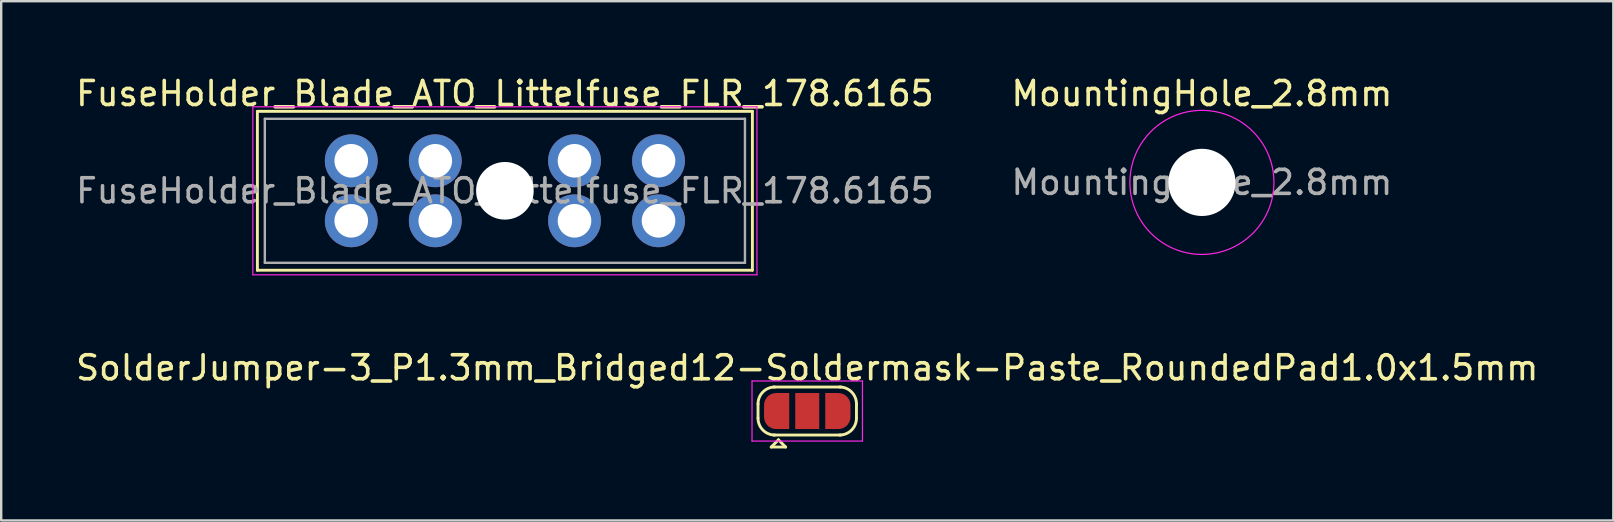
<source format=kicad_pcb>
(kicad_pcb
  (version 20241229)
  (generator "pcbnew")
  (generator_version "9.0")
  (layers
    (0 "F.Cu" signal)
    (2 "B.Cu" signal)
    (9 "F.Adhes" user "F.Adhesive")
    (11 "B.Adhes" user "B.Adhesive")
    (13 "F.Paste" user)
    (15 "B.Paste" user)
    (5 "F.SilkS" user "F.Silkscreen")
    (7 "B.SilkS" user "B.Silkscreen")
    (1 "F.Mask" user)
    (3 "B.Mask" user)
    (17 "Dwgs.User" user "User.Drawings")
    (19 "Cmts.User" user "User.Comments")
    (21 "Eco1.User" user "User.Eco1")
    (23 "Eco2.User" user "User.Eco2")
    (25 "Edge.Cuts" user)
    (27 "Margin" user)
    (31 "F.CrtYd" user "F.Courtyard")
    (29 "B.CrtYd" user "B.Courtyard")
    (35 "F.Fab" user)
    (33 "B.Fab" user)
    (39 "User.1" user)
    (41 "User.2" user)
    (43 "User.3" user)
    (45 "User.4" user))
  (footprint "FuseHolder_Blade_ATO_Littelfuse_FLR_178.6165"
    (layer "F.Cu")
    (at 11.582 3.648)
    (property "Reference" "FuseHolder_Blade_ATO_Littelfuse_FLR_178.6165" (at 6.4 -2.8 0) (layer "F.SilkS") (effects (font (size 1 1) (thickness 0.15))))
    (attr through_hole)
    (fp_line (start -3.91 -2.06) (end 16.71 -2.06) (stroke (width 0.12) (type solid)) (layer "F.SilkS"))
    (fp_line (start -3.91 4.56) (end -3.91 -2.06) (stroke (width 0.12) (type solid)) (layer "F.SilkS"))
    (fp_line (start 16.71 -2.06) (end 16.71 4.56) (stroke (width 0.12) (type solid)) (layer "F.SilkS"))
    (fp_line (start 16.71 4.56) (end -3.91 4.56) (stroke (width 0.12) (type solid)) (layer "F.SilkS"))
    (fp_line (start -4.1 -2.25) (end 16.9 -2.25) (stroke (width 0.05) (type default)) (layer "F.CrtYd"))
    (fp_line (start -4.1 4.75) (end -4.1 -2.25) (stroke (width 0.05) (type default)) (layer "F.CrtYd"))
    (fp_line (start 16.9 -2.25) (end 16.9 4.75) (stroke (width 0.05) (type default)) (layer "F.CrtYd"))
    (fp_line (start 16.9 4.75) (end -4.1 4.75) (stroke (width 0.05) (type default)) (layer "F.CrtYd"))
    (fp_line (start -3.6 -1.75) (end 16.4 -1.75) (stroke (width 0.1) (type solid)) (layer "F.Fab"))
    (fp_line (start -3.6 4.25) (end -3.6 -1.75) (stroke (width 0.1) (type solid)) (layer "F.Fab"))
    (fp_line (start 16.4 -1.75) (end 16.4 4.25) (stroke (width 0.1) (type solid)) (layer "F.Fab"))
    (fp_line (start 16.4 4.25) (end -3.6 4.25) (stroke (width 0.1) (type solid)) (layer "F.Fab"))
    (fp_text user "${REFERENCE}" (at 6.4 1.25 0) (layer "F.Fab") (effects (font (size 1 1) (thickness 0.15))))
    (pad "" np_thru_hole circle (at 6.4 1.25) (size 2.4 2.4) (drill 2.4) (layers "*.Cu" "*.Mask"))
    (pad "1" thru_hole circle (at 0 0) (size 2.2 2.2) (drill 1.4) (layers "*.Cu" "*.Mask"))
    (pad "1" thru_hole circle (at 0 2.5) (size 2.2 2.2) (drill 1.4) (layers "*.Cu" "*.Mask"))
    (pad "1" thru_hole circle (at 3.5 0) (size 2.2 2.2) (drill 1.4) (layers "*.Cu" "*.Mask"))
    (pad "1" thru_hole circle (at 3.5 2.5) (size 2.2 2.2) (drill 1.4) (layers "*.Cu" "*.Mask"))
    (pad "2" thru_hole circle (at 9.3 0) (size 2.2 2.2) (drill 1.4) (layers "*.Cu" "*.Mask"))
    (pad "2" thru_hole circle (at 9.3 2.5) (size 2.2 2.2) (drill 1.4) (layers "*.Cu" "*.Mask"))
    (pad "2" thru_hole circle (at 12.8 0) (size 2.2 2.2) (drill 1.4) (layers "*.Cu" "*.Mask"))
    (pad "2" thru_hole circle (at 12.8 2.5) (size 2.2 2.2) (drill 1.4) (layers "*.Cu" "*.Mask")))
  (footprint "MountingHole_2.8mm"
    (layer "F.Cu")
    (at 47.018 4.548)
    (property "Reference" "MountingHole_2.8mm" (at 0 -3.7 0) (layer "F.SilkS") (effects (font (size 1 1) (thickness 0.15))))
    (attr board_only exclude_from_pos_files exclude_from_bom)
    (fp_circle (center 0 0) (end 3 0) (stroke (width 0.05) (type solid)) (fill no) (layer "F.CrtYd"))
    (fp_text user "${REFERENCE}" (at 0 0 0) (layer "F.Fab") (effects (font (size 1 1) (thickness 0.15))))
    (pad "" np_thru_hole circle (at 0 0) (size 2.8 2.8) (drill 2.8) (layers "*.Cu" "*.Mask")))
  (footprint "SolderJumper-3_P1.3mm_Bridged12-Soldermask-Paste_RoundedPad1.0x1.5mm"
    (layer "F.Cu")
    (at 30.577 14.072)
    (property "Reference" "SolderJumper-3_P1.3mm_Bridged12-Soldermask-Paste_RoundedPad1.0x1.5mm" (at 0 -1.8 0) (layer "F.SilkS") (effects (font (size 1 1) (thickness 0.15))))
    (attr exclude_from_pos_files exclude_from_bom)
    (fp_poly (pts (xy -1.3 -0.75) (xy 0 -0.75) (xy 0 0.75) (xy -1.3 0.75)) (stroke (width 0) (type solid)) (fill yes) (layer "F.Mask"))
    (fp_line (start -2.05 0.3) (end -2.05 -0.3) (stroke (width 0.12) (type solid)) (layer "F.SilkS"))
    (fp_line (start -1.5 1.5) (end -0.9 1.5) (stroke (width 0.12) (type solid)) (layer "F.SilkS"))
    (fp_line (start -1.4 -1) (end 1.4 -1) (stroke (width 0.12) (type solid)) (layer "F.SilkS"))
    (fp_line (start -1.2 1.2) (end -1.5 1.5) (stroke (width 0.12) (type solid)) (layer "F.SilkS"))
    (fp_line (start -1.2 1.2) (end -0.9 1.5) (stroke (width 0.12) (type solid)) (layer "F.SilkS"))
    (fp_line (start 1.4 1) (end -1.4 1) (stroke (width 0.12) (type solid)) (layer "F.SilkS"))
    (fp_line (start 2.05 -0.3) (end 2.05 0.3) (stroke (width 0.12) (type solid)) (layer "F.SilkS"))
    (fp_arc (start -2.05 -0.3) (mid -1.844975 -0.794975) (end -1.35 -1) (stroke (width 0.12) (type solid)) (layer "F.SilkS"))
    (fp_arc (start -1.35 1) (mid -1.844975 0.794975) (end -2.05 0.3) (stroke (width 0.12) (type solid)) (layer "F.SilkS"))
    (fp_arc (start 1.35 -1) (mid 1.844975 -0.794975) (end 2.05 -0.3) (stroke (width 0.12) (type solid)) (layer "F.SilkS"))
    (fp_arc (start 2.05 0.3) (mid 1.844975 0.794975) (end 1.35 1) (stroke (width 0.12) (type solid)) (layer "F.SilkS"))
    (fp_poly (pts (xy -1.3 -0.75) (xy 0 -0.75) (xy 0 0.75) (xy -1.3 0.75)) (stroke (width 0) (type solid)) (fill yes) (layer "F.Paste"))
    (fp_line (start -2.3 -1.25) (end -2.3 1.25) (stroke (width 0.05) (type solid)) (layer "F.CrtYd"))
    (fp_line (start -2.3 -1.25) (end 2.3 -1.25) (stroke (width 0.05) (type solid)) (layer "F.CrtYd"))
    (fp_line (start 2.3 1.25) (end -2.3 1.25) (stroke (width 0.05) (type solid)) (layer "F.CrtYd"))
    (fp_line (start 2.3 1.25) (end 2.3 -1.25) (stroke (width 0.05) (type solid)) (layer "F.CrtYd"))
    (pad "1" smd custom (at -1.3 0) (size 1 0.5) (layers "F.Cu" "F.Mask" "F.Paste") (options (anchor rect)) (primitives (gr_circle (center 0 0.25) (end 0.5 0.25) (width 0) (fill yes)) (gr_circle (center 0 -0.25) (end 0.5 -0.25) (width 0) (fill yes)) (gr_poly (pts (xy 0.55 0.75) (xy 0 0.75) (xy 0 -0.75) (xy 0.55 -0.75)) (width 0) (fill yes))))
    (pad "2" smd rect (at 0 0) (size 1 1.5) (layers "F.Cu" "F.Mask" "F.Paste"))
    (pad "3" smd custom (at 1.3 0) (size 1 0.5) (layers "F.Cu" "F.Mask") (options (anchor rect)) (primitives (gr_circle (center 0 0.25) (end 0.5 0.25) (width 0) (fill yes)) (gr_circle (center 0 -0.25) (end 0.5 -0.25) (width 0) (fill yes)) (gr_poly (pts (xy 0 0.75) (xy -0.55 0.75) (xy -0.55 -0.75) (xy 0 -0.75)) (width 0) (fill yes)))))
  (gr_rect
    (start -3 -3)
    (end 64.155 18.631)
    (stroke (width 0.1) (type default))
    (fill no)
    (layer "Edge.Cuts")))
</source>
